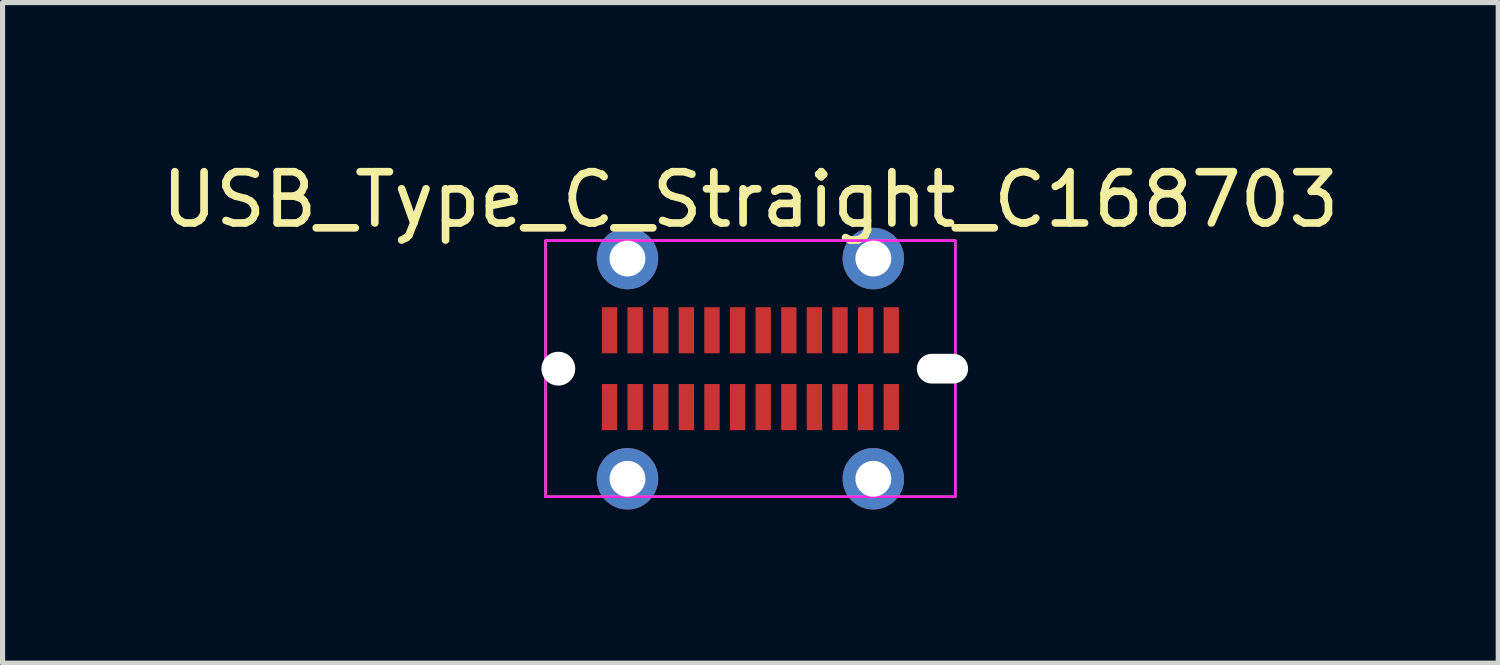
<source format=kicad_pcb>
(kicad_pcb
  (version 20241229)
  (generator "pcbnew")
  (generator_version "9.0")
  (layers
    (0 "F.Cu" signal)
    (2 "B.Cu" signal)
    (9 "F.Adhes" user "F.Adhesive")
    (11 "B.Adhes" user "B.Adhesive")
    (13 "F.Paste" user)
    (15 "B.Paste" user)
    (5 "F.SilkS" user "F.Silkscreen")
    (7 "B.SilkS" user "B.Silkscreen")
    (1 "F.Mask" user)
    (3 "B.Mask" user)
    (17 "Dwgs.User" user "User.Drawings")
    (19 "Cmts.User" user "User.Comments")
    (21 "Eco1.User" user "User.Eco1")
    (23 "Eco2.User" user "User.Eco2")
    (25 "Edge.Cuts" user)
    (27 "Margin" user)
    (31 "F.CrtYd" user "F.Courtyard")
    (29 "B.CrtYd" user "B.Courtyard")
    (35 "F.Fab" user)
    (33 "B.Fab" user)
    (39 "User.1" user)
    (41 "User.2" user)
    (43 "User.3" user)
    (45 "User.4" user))
  (footprint "USB_Type_C_Straight_C168703"
    (layer "F.Cu")
    (at 11.601 4.148)
    (property "Reference" "USB_Type_C_Straight_C168703" (at 0 -3.3 0) (unlocked yes) (layer "F.SilkS") (effects (font (size 1 1) (thickness 0.15))))
    (attr smd)
    (fp_rect (start -4 -2.5) (end 4 2.5) (stroke (width 0.05) (type solid)) (fill no) (layer "F.CrtYd"))
    (fp_rect (start -4 -2.5) (end 4 2.5) (stroke (width 0.05) (type solid)) (fill no) (layer "F.Fab"))
    (pad "" np_thru_hole circle (at -3.75 0) (size 0.66 0.66) (drill 0.66) (layers "*.Cu" "*.Mask"))
    (pad "" np_thru_hole oval (at 3.75 0) (size 1 0.58) (drill oval 1 0.58) (layers "*.Cu" "*.Mask"))
    (pad "A1" smd rect (at -2.75 -0.75) (size 0.3 0.9) (layers "F.Cu" "F.Mask" "F.Paste"))
    (pad "A2" smd rect (at -2.25 -0.75) (size 0.3 0.9) (layers "F.Cu" "F.Mask" "F.Paste"))
    (pad "A3" smd rect (at -1.75 -0.75) (size 0.3 0.9) (layers "F.Cu" "F.Mask" "F.Paste"))
    (pad "A4" smd rect (at -1.25 -0.75) (size 0.3 0.9) (layers "F.Cu" "F.Mask" "F.Paste"))
    (pad "A5" smd rect (at -0.75 -0.75) (size 0.3 0.9) (layers "F.Cu" "F.Mask" "F.Paste"))
    (pad "A6" smd rect (at -0.25 -0.75) (size 0.3 0.9) (layers "F.Cu" "F.Mask" "F.Paste"))
    (pad "A7" smd rect (at 0.25 -0.75) (size 0.3 0.9) (layers "F.Cu" "F.Mask" "F.Paste"))
    (pad "A8" smd rect (at 0.75 -0.75) (size 0.3 0.9) (layers "F.Cu" "F.Mask" "F.Paste"))
    (pad "A9" smd rect (at 1.25 -0.75) (size 0.3 0.9) (layers "F.Cu" "F.Mask" "F.Paste"))
    (pad "A10" smd rect (at 1.75 -0.75) (size 0.3 0.9) (layers "F.Cu" "F.Mask" "F.Paste"))
    (pad "A11" smd rect (at 2.25 -0.75) (size 0.3 0.9) (layers "F.Cu" "F.Mask" "F.Paste"))
    (pad "A12" smd rect (at 2.75 -0.75) (size 0.3 0.9) (layers "F.Cu" "F.Mask" "F.Paste"))
    (pad "B1" smd rect (at 2.75 0.75) (size 0.3 0.9) (layers "F.Cu" "F.Mask" "F.Paste"))
    (pad "B2" smd rect (at 2.25 0.75) (size 0.3 0.9) (layers "F.Cu" "F.Mask" "F.Paste"))
    (pad "B3" smd rect (at 1.75 0.75) (size 0.3 0.9) (layers "F.Cu" "F.Mask" "F.Paste"))
    (pad "B4" smd rect (at 1.25 0.75) (size 0.3 0.9) (layers "F.Cu" "F.Mask" "F.Paste"))
    (pad "B5" smd rect (at 0.75 0.75) (size 0.3 0.9) (layers "F.Cu" "F.Mask" "F.Paste"))
    (pad "B6" smd rect (at 0.25 0.75) (size 0.3 0.9) (layers "F.Cu" "F.Mask" "F.Paste"))
    (pad "B7" smd rect (at -0.25 0.75) (size 0.3 0.9) (layers "F.Cu" "F.Mask" "F.Paste"))
    (pad "B8" smd rect (at -0.75 0.75) (size 0.3 0.9) (layers "F.Cu" "F.Mask" "F.Paste"))
    (pad "B9" smd rect (at -1.25 0.75) (size 0.3 0.9) (layers "F.Cu" "F.Mask" "F.Paste"))
    (pad "B10" smd rect (at -1.75 0.75) (size 0.3 0.9) (layers "F.Cu" "F.Mask" "F.Paste"))
    (pad "B11" smd rect (at -2.25 0.75) (size 0.3 0.9) (layers "F.Cu" "F.Mask" "F.Paste"))
    (pad "B12" smd rect (at -2.75 0.75) (size 0.3 0.9) (layers "F.Cu" "F.Mask" "F.Paste"))
    (pad "S1" thru_hole circle (at -2.4 -2.15) (size 1.2 1.2) (drill 0.7) (layers "*.Cu" "*.Mask"))
    (pad "S1" thru_hole circle (at -2.4 2.15) (size 1.2 1.2) (drill 0.7) (layers "*.Cu" "*.Mask"))
    (pad "S1" thru_hole circle (at 2.4 -2.15) (size 1.2 1.2) (drill 0.7) (layers "*.Cu" "*.Mask"))
    (pad "S1" thru_hole circle (at 2.4 2.15) (size 1.2 1.2) (drill 0.7) (layers "*.Cu" "*.Mask")))
  (gr_rect
    (start -3 -3)
    (end 26.202 9.898)
    (stroke (width 0.1) (type default))
    (fill no)
    (layer "Edge.Cuts")))
</source>
